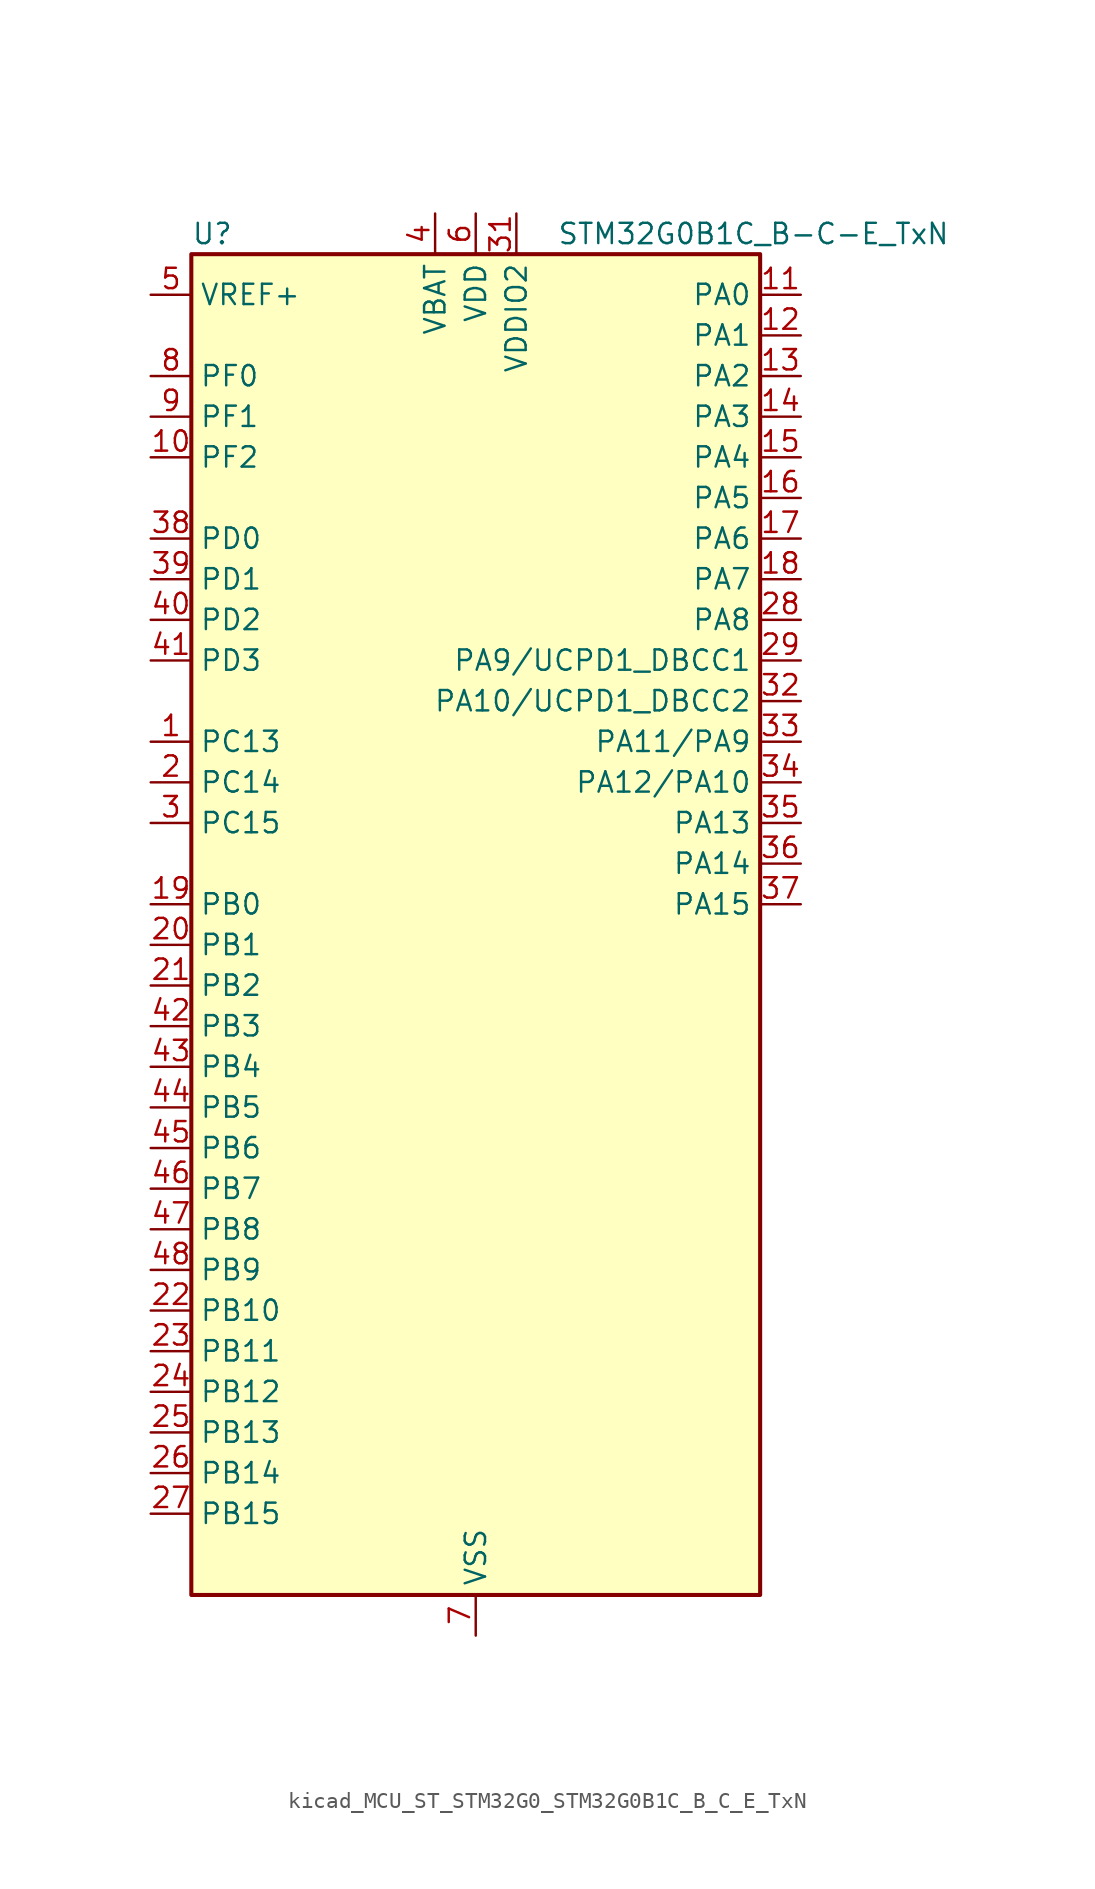
<source format=kicad_sym>
(kicad_symbol_lib
  (version 20220914)
  (generator kicad_symbol_editor)
  (symbol "kicad_MCU_ST_STM32G0_STM32G0B1C_B_C_E_TxN"
    (property "Reference" "U"
      (at -17.78 44.45 0)
      (effects (font (size 1.27 1.27)) (justify left)))
    (property "Value" "STM32G0B1C_B-C-E_TxN"
      (at 5.08 44.45 0)
      (effects (font (size 1.27 1.27)) (justify left)))
    (property "ki_locked" ""
      (at 0 0 0)
      (effects (font (size 1.27 1.27))))
    (symbol "kicad_MCU_ST_STM32G0_STM32G0B1C_B_C_E_TxN_0_1"
      (rectangle (start -17.78 -40.64) (end 17.78 43.18) (stroke (width 0.254) (type default)) (fill (type background))))
    (symbol "kicad_MCU_ST_STM32G0_STM32G0B1C_B_C_E_TxN_1_1"
      (pin bidirectional line (at -20.32 12.7 0) (length 2.54) (name "PC13" (effects (font (size 1.27 1.27)))) (number "1" (effects (font (size 1.27 1.27)))) (alternate "RTC_OUT1" bidirectional line) (alternate "RTC_TAMP_IN1" bidirectional line) (alternate "RTC_TS" bidirectional line) (alternate "SYS_WKUP2" bidirectional line) (alternate "TIM1_BK" bidirectional line))
      (pin bidirectional line (at -20.32 30.48 0) (length 2.54) (name "PF2" (effects (font (size 1.27 1.27)))) (number "10" (effects (font (size 1.27 1.27)))) (alternate "LPUART2_DE" bidirectional line) (alternate "LPUART2_RTS" bidirectional line) (alternate "LPUART2_TX" bidirectional line) (alternate "RCC_MCO" bidirectional line))
      (pin bidirectional line (at 20.32 40.64 180) (length 2.54) (name "PA0" (effects (font (size 1.27 1.27)))) (number "11" (effects (font (size 1.27 1.27)))) (alternate "ADC1_IN0" bidirectional line) (alternate "COMP1_INM" bidirectional line) (alternate "COMP1_OUT" bidirectional line) (alternate "I2S2_CK" bidirectional line) (alternate "LPTIM1_OUT" bidirectional line) (alternate "RTC_TAMP_IN2" bidirectional line) (alternate "SPI2_SCK" bidirectional line) (alternate "SYS_WKUP1" bidirectional line) (alternate "TIM2_CH1" bidirectional line) (alternate "TIM2_ETR" bidirectional line) (alternate "UCPD2_FRSTX1" bidirectional line) (alternate "UCPD2_FRSTX2" bidirectional line) (alternate "USART2_CTS" bidirectional line) (alternate "USART2_NSS" bidirectional line) (alternate "USART4_TX" bidirectional line))
      (pin bidirectional line (at 20.32 38.1 180) (length 2.54) (name "PA1" (effects (font (size 1.27 1.27)))) (number "12" (effects (font (size 1.27 1.27)))) (alternate "ADC1_IN1" bidirectional line) (alternate "COMP1_INP" bidirectional line) (alternate "I2C1_SMBA" bidirectional line) (alternate "I2S1_CK" bidirectional line) (alternate "SPI1_SCK" bidirectional line) (alternate "TIM15_CH1N" bidirectional line) (alternate "TIM2_CH2" bidirectional line) (alternate "USART2_CK" bidirectional line) (alternate "USART2_DE" bidirectional line) (alternate "USART2_RTS" bidirectional line) (alternate "USART4_RX" bidirectional line))
      (pin bidirectional line (at 20.32 35.56 180) (length 2.54) (name "PA2" (effects (font (size 1.27 1.27)))) (number "13" (effects (font (size 1.27 1.27)))) (alternate "ADC1_IN2" bidirectional line) (alternate "COMP2_INM" bidirectional line) (alternate "COMP2_OUT" bidirectional line) (alternate "I2S1_SD" bidirectional line) (alternate "LPUART1_TX" bidirectional line) (alternate "RCC_LSCO" bidirectional line) (alternate "SPI1_MOSI" bidirectional line) (alternate "SYS_WKUP4" bidirectional line) (alternate "TIM15_CH1" bidirectional line) (alternate "TIM2_CH3" bidirectional line) (alternate "UCPD1_FRSTX1" bidirectional line) (alternate "UCPD1_FRSTX2" bidirectional line) (alternate "USART2_TX" bidirectional line))
      (pin bidirectional line (at 20.32 33.02 180) (length 2.54) (name "PA3" (effects (font (size 1.27 1.27)))) (number "14" (effects (font (size 1.27 1.27)))) (alternate "ADC1_IN3" bidirectional line) (alternate "COMP2_INP" bidirectional line) (alternate "I2S2_MCK" bidirectional line) (alternate "LPUART1_RX" bidirectional line) (alternate "SPI2_MISO" bidirectional line) (alternate "TIM15_CH2" bidirectional line) (alternate "TIM2_CH4" bidirectional line) (alternate "UCPD2_FRSTX1" bidirectional line) (alternate "UCPD2_FRSTX2" bidirectional line) (alternate "USART2_RX" bidirectional line))
      (pin bidirectional line (at 20.32 30.48 180) (length 2.54) (name "PA4" (effects (font (size 1.27 1.27)))) (number "15" (effects (font (size 1.27 1.27)))) (alternate "ADC1_IN4" bidirectional line) (alternate "DAC1_OUT1" bidirectional line) (alternate "I2S1_WS" bidirectional line) (alternate "I2S2_SD" bidirectional line) (alternate "LPTIM2_OUT" bidirectional line) (alternate "RTC_OUT2" bidirectional line) (alternate "SPI1_NSS" bidirectional line) (alternate "SPI2_MOSI" bidirectional line) (alternate "SPI3_NSS" bidirectional line) (alternate "TIM14_CH1" bidirectional line) (alternate "UCPD2_FRSTX1" bidirectional line) (alternate "UCPD2_FRSTX2" bidirectional line) (alternate "USART6_TX" bidirectional line) (alternate "USB_NOE" bidirectional line))
      (pin bidirectional line (at 20.32 27.94 180) (length 2.54) (name "PA5" (effects (font (size 1.27 1.27)))) (number "16" (effects (font (size 1.27 1.27)))) (alternate "ADC1_IN5" bidirectional line) (alternate "CEC" bidirectional line) (alternate "DAC1_OUT2" bidirectional line) (alternate "I2S1_CK" bidirectional line) (alternate "LPTIM2_ETR" bidirectional line) (alternate "SPI1_SCK" bidirectional line) (alternate "TIM2_CH1" bidirectional line) (alternate "TIM2_ETR" bidirectional line) (alternate "UCPD1_FRSTX1" bidirectional line) (alternate "UCPD1_FRSTX2" bidirectional line) (alternate "USART3_TX" bidirectional line) (alternate "USART6_RX" bidirectional line))
      (pin bidirectional line (at 20.32 25.4 180) (length 2.54) (name "PA6" (effects (font (size 1.27 1.27)))) (number "17" (effects (font (size 1.27 1.27)))) (alternate "ADC1_IN6" bidirectional line) (alternate "COMP1_OUT" bidirectional line) (alternate "I2C2_SDA" bidirectional line) (alternate "I2C3_SDA" bidirectional line) (alternate "I2S1_MCK" bidirectional line) (alternate "LPUART1_CTS" bidirectional line) (alternate "SPI1_MISO" bidirectional line) (alternate "TIM16_CH1" bidirectional line) (alternate "TIM1_BK" bidirectional line) (alternate "TIM3_CH1" bidirectional line) (alternate "USART3_CTS" bidirectional line) (alternate "USART3_NSS" bidirectional line) (alternate "USART6_CTS" bidirectional line) (alternate "USART6_NSS" bidirectional line))
      (pin bidirectional line (at 20.32 22.86 180) (length 2.54) (name "PA7" (effects (font (size 1.27 1.27)))) (number "18" (effects (font (size 1.27 1.27)))) (alternate "ADC1_IN7" bidirectional line) (alternate "COMP2_OUT" bidirectional line) (alternate "I2C2_SCL" bidirectional line) (alternate "I2C3_SCL" bidirectional line) (alternate "I2S1_SD" bidirectional line) (alternate "SPI1_MOSI" bidirectional line) (alternate "TIM14_CH1" bidirectional line) (alternate "TIM17_CH1" bidirectional line) (alternate "TIM1_CH1N" bidirectional line) (alternate "TIM3_CH2" bidirectional line) (alternate "UCPD1_FRSTX1" bidirectional line) (alternate "UCPD1_FRSTX2" bidirectional line) (alternate "USART6_CK" bidirectional line) (alternate "USART6_DE" bidirectional line) (alternate "USART6_RTS" bidirectional line))
      (pin bidirectional line (at -20.32 2.54 0) (length 2.54) (name "PB0" (effects (font (size 1.27 1.27)))) (number "19" (effects (font (size 1.27 1.27)))) (alternate "ADC1_IN8" bidirectional line) (alternate "COMP1_OUT" bidirectional line) (alternate "COMP3_INP" bidirectional line) (alternate "FDCAN2_RX" bidirectional line) (alternate "I2S1_WS" bidirectional line) (alternate "LPTIM1_OUT" bidirectional line) (alternate "LPUART2_CTS" bidirectional line) (alternate "SPI1_NSS" bidirectional line) (alternate "TIM1_CH2N" bidirectional line) (alternate "TIM3_CH3" bidirectional line) (alternate "UCPD1_FRSTX1" bidirectional line) (alternate "UCPD1_FRSTX2" bidirectional line) (alternate "USART3_RX" bidirectional line) (alternate "USART5_TX" bidirectional line))
      (pin bidirectional line (at -20.32 10.16 0) (length 2.54) (name "PC14" (effects (font (size 1.27 1.27)))) (number "2" (effects (font (size 1.27 1.27)))) (alternate "RCC_OSC32_IN" bidirectional line) (alternate "TIM1_BK2" bidirectional line))
      (pin bidirectional line (at -20.32 0 0) (length 2.54) (name "PB1" (effects (font (size 1.27 1.27)))) (number "20" (effects (font (size 1.27 1.27)))) (alternate "ADC1_IN9" bidirectional line) (alternate "COMP1_INM" bidirectional line) (alternate "COMP3_OUT" bidirectional line) (alternate "FDCAN2_TX" bidirectional line) (alternate "LPTIM2_IN1" bidirectional line) (alternate "LPUART1_DE" bidirectional line) (alternate "LPUART1_RTS" bidirectional line) (alternate "LPUART2_DE" bidirectional line) (alternate "LPUART2_RTS" bidirectional line) (alternate "TIM14_CH1" bidirectional line) (alternate "TIM1_CH3N" bidirectional line) (alternate "TIM3_CH4" bidirectional line) (alternate "USART3_CK" bidirectional line) (alternate "USART3_DE" bidirectional line) (alternate "USART3_RTS" bidirectional line) (alternate "USART5_RX" bidirectional line))
      (pin bidirectional line (at -20.32 -2.54 0) (length 2.54) (name "PB2" (effects (font (size 1.27 1.27)))) (number "21" (effects (font (size 1.27 1.27)))) (alternate "ADC1_IN10" bidirectional line) (alternate "COMP1_INP" bidirectional line) (alternate "COMP3_INM" bidirectional line) (alternate "I2S2_MCK" bidirectional line) (alternate "LPTIM1_OUT" bidirectional line) (alternate "RCC_MCO_2" bidirectional line) (alternate "SPI2_MISO" bidirectional line) (alternate "USART3_TX" bidirectional line))
      (pin bidirectional line (at -20.32 -22.86 0) (length 2.54) (name "PB10" (effects (font (size 1.27 1.27)))) (number "22" (effects (font (size 1.27 1.27)))) (alternate "ADC1_IN11" bidirectional line) (alternate "CEC" bidirectional line) (alternate "COMP1_OUT" bidirectional line) (alternate "I2C2_SCL" bidirectional line) (alternate "I2S2_CK" bidirectional line) (alternate "LPUART1_RX" bidirectional line) (alternate "SPI2_SCK" bidirectional line) (alternate "TIM2_CH3" bidirectional line) (alternate "USART3_TX" bidirectional line))
      (pin bidirectional line (at -20.32 -25.4 0) (length 2.54) (name "PB11" (effects (font (size 1.27 1.27)))) (number "23" (effects (font (size 1.27 1.27)))) (alternate "ADC1_EXTI11" bidirectional line) (alternate "ADC1_IN15" bidirectional line) (alternate "COMP2_OUT" bidirectional line) (alternate "I2C2_SDA" bidirectional line) (alternate "I2S2_SD" bidirectional line) (alternate "LPUART1_TX" bidirectional line) (alternate "SPI2_MOSI" bidirectional line) (alternate "TIM2_CH4" bidirectional line) (alternate "USART3_RX" bidirectional line))
      (pin bidirectional line (at -20.32 -27.94 0) (length 2.54) (name "PB12" (effects (font (size 1.27 1.27)))) (number "24" (effects (font (size 1.27 1.27)))) (alternate "ADC1_IN16" bidirectional line) (alternate "FDCAN2_RX" bidirectional line) (alternate "I2C2_SMBA" bidirectional line) (alternate "I2S2_WS" bidirectional line) (alternate "LPUART1_DE" bidirectional line) (alternate "LPUART1_RTS" bidirectional line) (alternate "SPI2_NSS" bidirectional line) (alternate "TIM15_BK" bidirectional line) (alternate "TIM1_BK" bidirectional line) (alternate "UCPD2_FRSTX1" bidirectional line) (alternate "UCPD2_FRSTX2" bidirectional line))
      (pin bidirectional line (at -20.32 -30.48 0) (length 2.54) (name "PB13" (effects (font (size 1.27 1.27)))) (number "25" (effects (font (size 1.27 1.27)))) (alternate "FDCAN2_TX" bidirectional line) (alternate "I2C2_SCL" bidirectional line) (alternate "I2S2_CK" bidirectional line) (alternate "LPUART1_CTS" bidirectional line) (alternate "SPI2_SCK" bidirectional line) (alternate "TIM15_CH1N" bidirectional line) (alternate "TIM1_CH1N" bidirectional line) (alternate "USART3_CTS" bidirectional line) (alternate "USART3_NSS" bidirectional line))
      (pin bidirectional line (at -20.32 -33.02 0) (length 2.54) (name "PB14" (effects (font (size 1.27 1.27)))) (number "26" (effects (font (size 1.27 1.27)))) (alternate "I2C2_SDA" bidirectional line) (alternate "I2S2_MCK" bidirectional line) (alternate "SPI2_MISO" bidirectional line) (alternate "TIM15_CH1" bidirectional line) (alternate "TIM1_CH2N" bidirectional line) (alternate "UCPD1_FRSTX1" bidirectional line) (alternate "UCPD1_FRSTX2" bidirectional line) (alternate "USART3_CK" bidirectional line) (alternate "USART3_DE" bidirectional line) (alternate "USART3_RTS" bidirectional line) (alternate "USART6_CK" bidirectional line) (alternate "USART6_DE" bidirectional line) (alternate "USART6_RTS" bidirectional line))
      (pin bidirectional line (at -20.32 -35.56 0) (length 2.54) (name "PB15" (effects (font (size 1.27 1.27)))) (number "27" (effects (font (size 1.27 1.27)))) (alternate "I2S2_SD" bidirectional line) (alternate "RTC_REFIN" bidirectional line) (alternate "SPI2_MOSI" bidirectional line) (alternate "TIM15_CH1N" bidirectional line) (alternate "TIM15_CH2" bidirectional line) (alternate "TIM1_CH3N" bidirectional line) (alternate "UCPD1_CC2" bidirectional line) (alternate "USART6_CTS" bidirectional line) (alternate "USART6_NSS" bidirectional line))
      (pin bidirectional line (at 20.32 20.32 180) (length 2.54) (name "PA8" (effects (font (size 1.27 1.27)))) (number "28" (effects (font (size 1.27 1.27)))) (alternate "CRS1_SYNC" bidirectional line) (alternate "I2C2_SMBA" bidirectional line) (alternate "I2S2_WS" bidirectional line) (alternate "LPTIM2_OUT" bidirectional line) (alternate "RCC_MCO" bidirectional line) (alternate "SPI2_NSS" bidirectional line) (alternate "TIM1_CH1" bidirectional line) (alternate "UCPD1_CC1" bidirectional line))
      (pin bidirectional line (at 20.32 17.78 180) (length 2.54) (name "PA9/UCPD1_DBCC1" (effects (font (size 1.27 1.27)))) (number "29" (effects (font (size 1.27 1.27)))) (alternate "DAC1_EXTI9" bidirectional line) (alternate "I2C1_SCL" bidirectional line) (alternate "I2C2_SCL" bidirectional line) (alternate "I2S2_MCK" bidirectional line) (alternate "RCC_MCO" bidirectional line) (alternate "SPI2_MISO" bidirectional line) (alternate "TIM15_BK" bidirectional line) (alternate "TIM1_CH2" bidirectional line) (alternate "UCPD1_DBCC1" bidirectional line) (alternate "USART1_TX" bidirectional line))
      (pin bidirectional line (at -20.32 7.62 0) (length 2.54) (name "PC15" (effects (font (size 1.27 1.27)))) (number "3" (effects (font (size 1.27 1.27)))) (alternate "RCC_OSC32_EN" bidirectional line) (alternate "RCC_OSC32_OUT" bidirectional line) (alternate "RCC_OSC_EN" bidirectional line) (alternate "TIM15_BK" bidirectional line))
      (pin passive line (at 0 -43.18 90) (length 2.54) hide (name "VSS" (effects (font (size 1.27 1.27)))) (number "30" (effects (font (size 1.27 1.27)))))
      (pin power_in line (at 2.54 45.72 270) (length 2.54) (name "VDDIO2" (effects (font (size 1.27 1.27)))) (number "31" (effects (font (size 1.27 1.27)))))
      (pin bidirectional line (at 20.32 15.24 180) (length 2.54) (name "PA10/UCPD1_DBCC2" (effects (font (size 1.27 1.27)))) (number "32" (effects (font (size 1.27 1.27)))) (alternate "I2C1_SDA" bidirectional line) (alternate "I2C2_SDA" bidirectional line) (alternate "I2S2_SD" bidirectional line) (alternate "RCC_MCO_2" bidirectional line) (alternate "SPI2_MOSI" bidirectional line) (alternate "TIM17_BK" bidirectional line) (alternate "TIM1_CH3" bidirectional line) (alternate "UCPD1_DBCC2" bidirectional line) (alternate "USART1_RX" bidirectional line))
      (pin bidirectional line (at 20.32 12.7 180) (length 2.54) (name "PA11/PA9" (effects (font (size 1.27 1.27)))) (number "33" (effects (font (size 1.27 1.27)))) (alternate "ADC1_EXTI11" bidirectional line) (alternate "COMP1_OUT" bidirectional line) (alternate "FDCAN1_RX" bidirectional line) (alternate "I2C2_SCL" bidirectional line) (alternate "I2S1_MCK" bidirectional line) (alternate "SPI1_MISO" bidirectional line) (alternate "TIM1_BK2" bidirectional line) (alternate "TIM1_CH4" bidirectional line) (alternate "USART1_CTS" bidirectional line) (alternate "USART1_NSS" bidirectional line) (alternate "USB_DM" bidirectional line))
      (pin bidirectional line (at 20.32 10.16 180) (length 2.54) (name "PA12/PA10" (effects (font (size 1.27 1.27)))) (number "34" (effects (font (size 1.27 1.27)))) (alternate "COMP2_OUT" bidirectional line) (alternate "FDCAN1_TX" bidirectional line) (alternate "I2C2_SDA" bidirectional line) (alternate "I2S1_SD" bidirectional line) (alternate "I2S_CKIN" bidirectional line) (alternate "SPI1_MOSI" bidirectional line) (alternate "TIM1_ETR" bidirectional line) (alternate "USART1_CK" bidirectional line) (alternate "USART1_DE" bidirectional line) (alternate "USART1_RTS" bidirectional line) (alternate "USB_DP" bidirectional line))
      (pin bidirectional line (at 20.32 7.62 180) (length 2.54) (name "PA13" (effects (font (size 1.27 1.27)))) (number "35" (effects (font (size 1.27 1.27)))) (alternate "IR_OUT" bidirectional line) (alternate "LPUART2_RX" bidirectional line) (alternate "SYS_SWDIO" bidirectional line) (alternate "USB_NOE" bidirectional line))
      (pin bidirectional line (at 20.32 5.08 180) (length 2.54) (name "PA14" (effects (font (size 1.27 1.27)))) (number "36" (effects (font (size 1.27 1.27)))) (alternate "LPUART2_TX" bidirectional line) (alternate "SYS_SWCLK" bidirectional line) (alternate "USART2_TX" bidirectional line))
      (pin bidirectional line (at 20.32 2.54 180) (length 2.54) (name "PA15" (effects (font (size 1.27 1.27)))) (number "37" (effects (font (size 1.27 1.27)))) (alternate "I2C2_SMBA" bidirectional line) (alternate "I2S1_WS" bidirectional line) (alternate "RCC_MCO_2" bidirectional line) (alternate "SPI1_NSS" bidirectional line) (alternate "SPI3_NSS" bidirectional line) (alternate "TIM2_CH1" bidirectional line) (alternate "TIM2_ETR" bidirectional line) (alternate "USART2_RX" bidirectional line) (alternate "USART3_CK" bidirectional line) (alternate "USART3_DE" bidirectional line) (alternate "USART3_RTS" bidirectional line) (alternate "USART4_CK" bidirectional line) (alternate "USART4_DE" bidirectional line) (alternate "USART4_RTS" bidirectional line) (alternate "USB_NOE" bidirectional line))
      (pin bidirectional line (at -20.32 25.4 0) (length 2.54) (name "PD0" (effects (font (size 1.27 1.27)))) (number "38" (effects (font (size 1.27 1.27)))) (alternate "FDCAN1_RX" bidirectional line) (alternate "I2S2_WS" bidirectional line) (alternate "SPI2_NSS" bidirectional line) (alternate "TIM16_CH1" bidirectional line) (alternate "UCPD2_CC1" bidirectional line))
      (pin bidirectional line (at -20.32 22.86 0) (length 2.54) (name "PD1" (effects (font (size 1.27 1.27)))) (number "39" (effects (font (size 1.27 1.27)))) (alternate "FDCAN1_TX" bidirectional line) (alternate "I2S2_CK" bidirectional line) (alternate "SPI2_SCK" bidirectional line) (alternate "TIM17_CH1" bidirectional line) (alternate "UCPD2_DBCC1" bidirectional line))
      (pin power_in line (at -2.54 45.72 270) (length 2.54) (name "VBAT" (effects (font (size 1.27 1.27)))) (number "4" (effects (font (size 1.27 1.27)))))
      (pin bidirectional line (at -20.32 20.32 0) (length 2.54) (name "PD2" (effects (font (size 1.27 1.27)))) (number "40" (effects (font (size 1.27 1.27)))) (alternate "TIM1_CH1N" bidirectional line) (alternate "TIM3_ETR" bidirectional line) (alternate "UCPD2_CC2" bidirectional line) (alternate "USART3_CK" bidirectional line) (alternate "USART3_DE" bidirectional line) (alternate "USART3_RTS" bidirectional line) (alternate "USART5_RX" bidirectional line))
      (pin bidirectional line (at -20.32 17.78 0) (length 2.54) (name "PD3" (effects (font (size 1.27 1.27)))) (number "41" (effects (font (size 1.27 1.27)))) (alternate "I2S2_MCK" bidirectional line) (alternate "SPI2_MISO" bidirectional line) (alternate "TIM1_CH2N" bidirectional line) (alternate "UCPD2_DBCC2" bidirectional line) (alternate "USART2_CTS" bidirectional line) (alternate "USART2_NSS" bidirectional line) (alternate "USART5_TX" bidirectional line))
      (pin bidirectional line (at -20.32 -5.08 0) (length 2.54) (name "PB3" (effects (font (size 1.27 1.27)))) (number "42" (effects (font (size 1.27 1.27)))) (alternate "COMP2_INM" bidirectional line) (alternate "I2C2_SCL" bidirectional line) (alternate "I2C3_SCL" bidirectional line) (alternate "I2S1_CK" bidirectional line) (alternate "SPI1_SCK" bidirectional line) (alternate "SPI3_SCK" bidirectional line) (alternate "TIM1_CH2" bidirectional line) (alternate "TIM2_CH2" bidirectional line) (alternate "USART1_CK" bidirectional line) (alternate "USART1_DE" bidirectional line) (alternate "USART1_RTS" bidirectional line) (alternate "USART5_TX" bidirectional line))
      (pin bidirectional line (at -20.32 -7.62 0) (length 2.54) (name "PB4" (effects (font (size 1.27 1.27)))) (number "43" (effects (font (size 1.27 1.27)))) (alternate "COMP2_INP" bidirectional line) (alternate "I2C2_SDA" bidirectional line) (alternate "I2C3_SDA" bidirectional line) (alternate "I2S1_MCK" bidirectional line) (alternate "SPI1_MISO" bidirectional line) (alternate "SPI3_MISO" bidirectional line) (alternate "TIM17_BK" bidirectional line) (alternate "TIM3_CH1" bidirectional line) (alternate "USART1_CTS" bidirectional line) (alternate "USART1_NSS" bidirectional line) (alternate "USART5_RX" bidirectional line))
      (pin bidirectional line (at -20.32 -10.16 0) (length 2.54) (name "PB5" (effects (font (size 1.27 1.27)))) (number "44" (effects (font (size 1.27 1.27)))) (alternate "COMP2_OUT" bidirectional line) (alternate "FDCAN2_RX" bidirectional line) (alternate "I2C1_SMBA" bidirectional line) (alternate "I2S1_SD" bidirectional line) (alternate "LPTIM1_IN1" bidirectional line) (alternate "SPI1_MOSI" bidirectional line) (alternate "SPI3_MOSI" bidirectional line) (alternate "SYS_WKUP6" bidirectional line) (alternate "TIM16_BK" bidirectional line) (alternate "TIM3_CH2" bidirectional line) (alternate "USART5_CK" bidirectional line) (alternate "USART5_DE" bidirectional line) (alternate "USART5_RTS" bidirectional line))
      (pin bidirectional line (at -20.32 -12.7 0) (length 2.54) (name "PB6" (effects (font (size 1.27 1.27)))) (number "45" (effects (font (size 1.27 1.27)))) (alternate "COMP2_INP" bidirectional line) (alternate "FDCAN2_TX" bidirectional line) (alternate "I2C1_SCL" bidirectional line) (alternate "I2S2_MCK" bidirectional line) (alternate "LPTIM1_ETR" bidirectional line) (alternate "LPUART2_TX" bidirectional line) (alternate "SPI2_MISO" bidirectional line) (alternate "TIM16_CH1N" bidirectional line) (alternate "TIM1_CH3" bidirectional line) (alternate "TIM4_CH1" bidirectional line) (alternate "USART1_TX" bidirectional line) (alternate "USART5_CTS" bidirectional line) (alternate "USART5_NSS" bidirectional line))
      (pin bidirectional line (at -20.32 -15.24 0) (length 2.54) (name "PB7" (effects (font (size 1.27 1.27)))) (number "46" (effects (font (size 1.27 1.27)))) (alternate "COMP2_INM" bidirectional line) (alternate "I2C1_SDA" bidirectional line) (alternate "I2S2_SD" bidirectional line) (alternate "LPTIM1_IN2" bidirectional line) (alternate "LPUART2_RX" bidirectional line) (alternate "SPI2_MOSI" bidirectional line) (alternate "SYS_PVD_IN" bidirectional line) (alternate "TIM17_CH1N" bidirectional line) (alternate "TIM4_CH2" bidirectional line) (alternate "USART1_RX" bidirectional line) (alternate "USART4_CTS" bidirectional line) (alternate "USART4_NSS" bidirectional line))
      (pin bidirectional line (at -20.32 -17.78 0) (length 2.54) (name "PB8" (effects (font (size 1.27 1.27)))) (number "47" (effects (font (size 1.27 1.27)))) (alternate "CEC" bidirectional line) (alternate "FDCAN1_RX" bidirectional line) (alternate "I2C1_SCL" bidirectional line) (alternate "I2S2_CK" bidirectional line) (alternate "SPI2_SCK" bidirectional line) (alternate "TIM15_BK" bidirectional line) (alternate "TIM16_CH1" bidirectional line) (alternate "TIM4_CH3" bidirectional line) (alternate "USART3_TX" bidirectional line) (alternate "USART6_TX" bidirectional line))
      (pin bidirectional line (at -20.32 -20.32 0) (length 2.54) (name "PB9" (effects (font (size 1.27 1.27)))) (number "48" (effects (font (size 1.27 1.27)))) (alternate "DAC1_EXTI9" bidirectional line) (alternate "FDCAN1_TX" bidirectional line) (alternate "I2C1_SDA" bidirectional line) (alternate "I2S2_WS" bidirectional line) (alternate "IR_OUT" bidirectional line) (alternate "SPI2_NSS" bidirectional line) (alternate "TIM17_CH1" bidirectional line) (alternate "TIM4_CH4" bidirectional line) (alternate "UCPD2_FRSTX1" bidirectional line) (alternate "UCPD2_FRSTX2" bidirectional line) (alternate "USART3_RX" bidirectional line) (alternate "USART6_RX" bidirectional line))
      (pin input line (at -20.32 40.64 0) (length 2.54) (name "VREF+" (effects (font (size 1.27 1.27)))) (number "5" (effects (font (size 1.27 1.27)))) (alternate "VREFBUF_OUT" bidirectional line))
      (pin power_in line (at 0 45.72 270) (length 2.54) (name "VDD" (effects (font (size 1.27 1.27)))) (number "6" (effects (font (size 1.27 1.27)))))
      (pin power_in line (at 0 -43.18 90) (length 2.54) (name "VSS" (effects (font (size 1.27 1.27)))) (number "7" (effects (font (size 1.27 1.27)))))
      (pin bidirectional line (at -20.32 35.56 0) (length 2.54) (name "PF0" (effects (font (size 1.27 1.27)))) (number "8" (effects (font (size 1.27 1.27)))) (alternate "CRS1_SYNC" bidirectional line) (alternate "RCC_OSC_IN" bidirectional line) (alternate "TIM14_CH1" bidirectional line))
      (pin bidirectional line (at -20.32 33.02 0) (length 2.54) (name "PF1" (effects (font (size 1.27 1.27)))) (number "9" (effects (font (size 1.27 1.27)))) (alternate "RCC_OSC_EN" bidirectional line) (alternate "RCC_OSC_OUT" bidirectional line) (alternate "TIM15_CH1N" bidirectional line)))))
</source>
